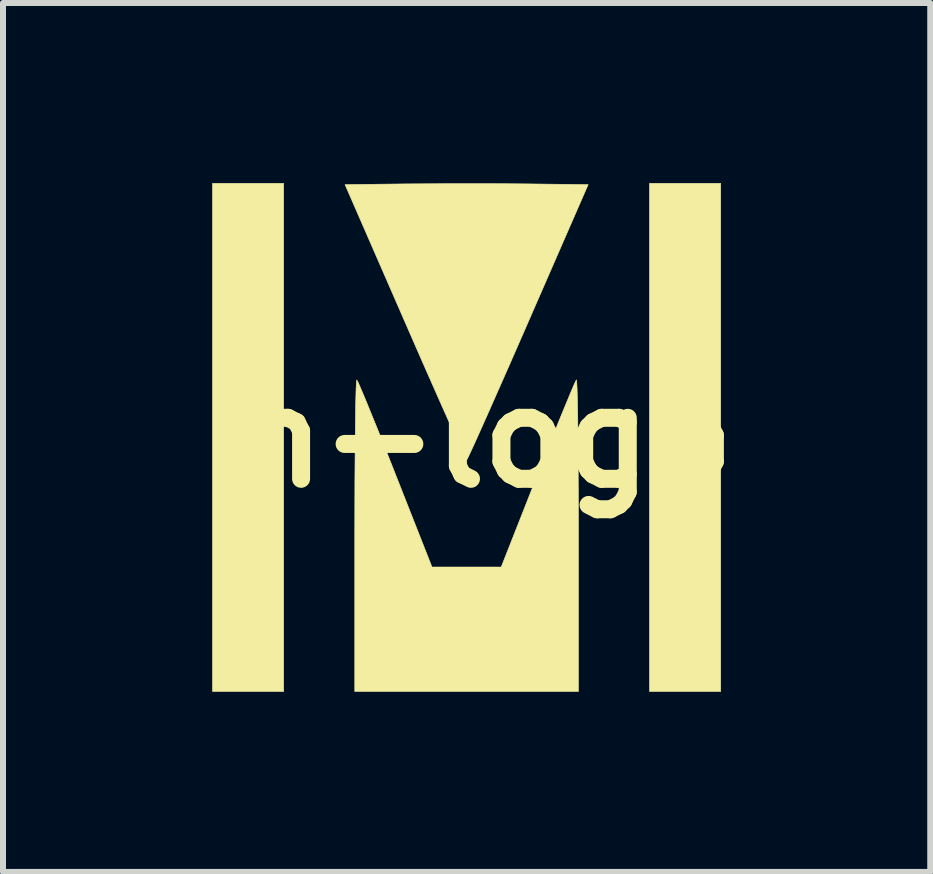
<source format=kicad_pcb>
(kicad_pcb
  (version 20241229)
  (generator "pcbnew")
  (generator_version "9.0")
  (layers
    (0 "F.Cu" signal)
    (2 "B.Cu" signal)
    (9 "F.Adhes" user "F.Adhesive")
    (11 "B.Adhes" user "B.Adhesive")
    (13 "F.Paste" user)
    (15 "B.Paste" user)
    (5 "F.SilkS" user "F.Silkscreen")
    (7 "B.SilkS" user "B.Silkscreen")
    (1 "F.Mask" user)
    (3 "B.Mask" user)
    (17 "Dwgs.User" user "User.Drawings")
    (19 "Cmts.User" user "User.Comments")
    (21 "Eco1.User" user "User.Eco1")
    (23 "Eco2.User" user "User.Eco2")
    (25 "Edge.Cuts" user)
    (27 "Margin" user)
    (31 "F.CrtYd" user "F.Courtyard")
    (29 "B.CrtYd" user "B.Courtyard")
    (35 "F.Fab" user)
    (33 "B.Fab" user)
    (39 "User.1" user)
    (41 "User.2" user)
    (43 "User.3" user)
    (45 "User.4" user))
  (footprint "m-logo"
    (layer "F.Cu")
    (at 4.724 4.238)
    (property "Reference" "m-logo" (at 0 0 0) (layer "F.SilkS") (effects (font (size 1.524 1.524) (thickness 0.3))))
    (attr through_hole)
    (fp_poly (pts (xy -3.048 4.233) (xy -4.233 4.233) (xy -4.233 -4.233) (xy -3.048 -4.233) (xy -3.048 4.233)) (stroke (width 0.01) (type solid)) (fill yes) (layer "F.SilkS"))
    (fp_poly (pts (xy 4.233 4.233) (xy 3.048 4.233) (xy 3.048 -4.233) (xy 4.233 -4.233) (xy 4.233 4.233)) (stroke (width 0.01) (type solid)) (fill yes) (layer "F.SilkS"))
    (fp_poly (pts (xy 0.638 -4.227) (xy 1.009 -4.224) (xy 1.013 -4.224) (xy 2.025 -4.212) (xy 1.023 -1.916) (xy 0.842 -1.502) (xy 0.671 -1.112) (xy 0.512 -0.753) (xy 0.37 -0.431) (xy 0.246 -0.153) (xy 0.144 0.074) (xy 0.067 0.242) (xy 0.018 0.346) (xy 0 0.379) (xy -0.02 0.342) (xy -0.071 0.233) (xy -0.15 0.06) (xy -0.253 -0.17) (xy -0.378 -0.45) (xy -0.522 -0.775) (xy -0.682 -1.137) (xy -0.854 -1.529) (xy -1.023 -1.916) (xy -2.025 -4.212) (xy -1.013 -4.224) (xy -0.643 -4.226) (xy -0.222 -4.228) (xy 0.216 -4.228) (xy 0.638 -4.227)) (stroke (width 0.01) (type solid)) (fill yes) (layer "F.SilkS"))
    (fp_poly (pts (xy 1.835 -0.921) (xy 1.841 -0.806) (xy 1.846 -0.62) (xy 1.851 -0.372) (xy 1.855 -0.067) (xy 1.858 0.286) (xy 1.86 0.682) (xy 1.862 1.112) (xy 1.863 1.569) (xy 1.863 1.627) (xy 1.863 4.233) (xy -1.863 4.233) (xy -1.863 1.627) (xy -1.862 1.167) (xy -1.861 0.733) (xy -1.858 0.333) (xy -1.855 -0.026) (xy -1.851 -0.337) (xy -1.847 -0.593) (xy -1.842 -0.786) (xy -1.836 -0.911) (xy -1.83 -0.958) (xy -1.83 -0.958) (xy -1.807 -0.916) (xy -1.758 -0.803) (xy -1.684 -0.628) (xy -1.591 -0.4) (xy -1.48 -0.128) (xy -1.357 0.181) (xy -1.224 0.517) (xy -1.187 0.611) (xy -0.577 2.159) (xy 0.577 2.159) (xy 1.187 0.611) (xy 1.322 0.269) (xy 1.448 -0.048) (xy 1.562 -0.331) (xy 1.661 -0.571) (xy 1.74 -0.761) (xy 1.796 -0.892) (xy 1.826 -0.954) (xy 1.83 -0.958) (xy 1.835 -0.921)) (stroke (width 0.01) (type solid)) (fill yes) (layer "F.SilkS")))
  (gr_rect
    (start -3 -3)
    (end 12.449 11.477)
    (stroke (width 0.1) (type default))
    (fill no)
    (layer "Edge.Cuts")))
</source>
